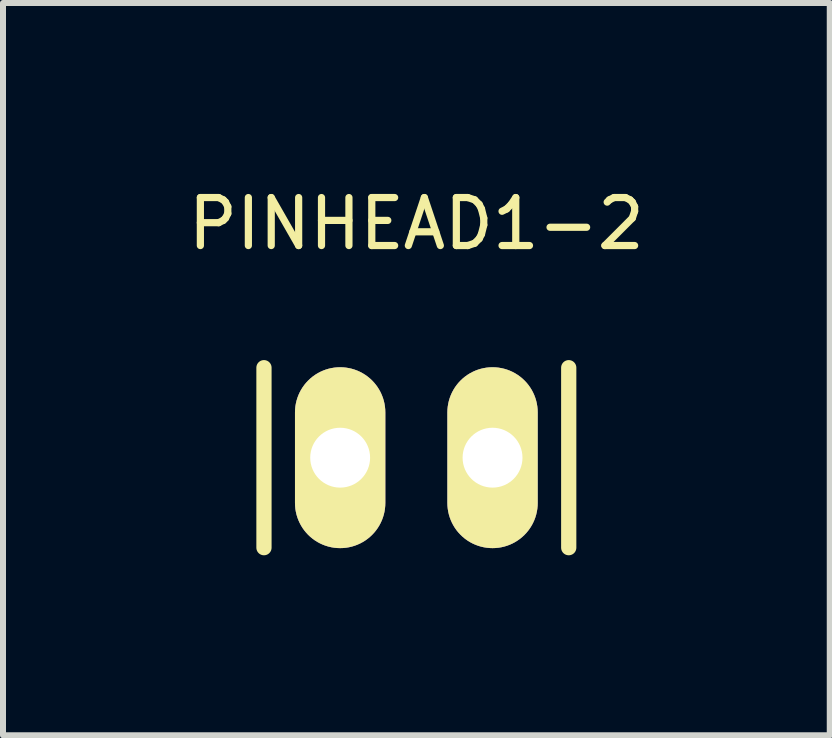
<source format=kicad_pcb>
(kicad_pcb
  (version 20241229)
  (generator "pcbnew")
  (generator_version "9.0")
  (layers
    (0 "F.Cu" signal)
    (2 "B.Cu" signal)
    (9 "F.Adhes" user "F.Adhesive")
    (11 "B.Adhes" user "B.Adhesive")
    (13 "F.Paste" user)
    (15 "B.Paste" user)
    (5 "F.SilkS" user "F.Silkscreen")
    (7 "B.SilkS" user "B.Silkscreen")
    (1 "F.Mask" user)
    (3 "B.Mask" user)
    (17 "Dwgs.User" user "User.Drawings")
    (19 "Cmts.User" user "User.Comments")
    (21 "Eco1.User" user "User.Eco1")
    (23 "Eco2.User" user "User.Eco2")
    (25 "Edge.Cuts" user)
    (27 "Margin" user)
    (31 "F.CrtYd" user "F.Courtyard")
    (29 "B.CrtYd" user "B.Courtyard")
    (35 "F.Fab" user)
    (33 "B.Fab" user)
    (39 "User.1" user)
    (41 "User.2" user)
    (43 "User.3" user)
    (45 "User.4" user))
  (footprint "PINHEAD1-2"
    (placed yes)
    (layer "F.Cu")
    (at 3.89 4.579)
    (property "Reference" "PINHEAD1-2" (at 0 -3.9 0) (layer "F.SilkS") (effects (font (size 0.8 0.8) (thickness 0.12))))
    (attr exclude_from_pos_files exclude_from_bom)
    (fp_line (start -2.54 -1.5) (end -2.54 1.5) (stroke (width 0.254) (type solid)) (layer "F.SilkS"))
    (fp_line (start 2.54 -1.5) (end 2.54 1.5) (stroke (width 0.254) (type solid)) (layer "F.SilkS"))
    (pad "1" thru_hole oval (at -1.27 0) (size 1.506 3.015) (drill 0.998) (layers "*.Cu" "*.Mask" "F.SilkS"))
    (pad "2" thru_hole oval (at 1.27 0) (size 1.506 3.015) (drill 0.998) (layers "*.Cu" "*.Mask" "F.SilkS")))
  (gr_rect
    (start -3 -3)
    (end 10.781 9.206)
    (stroke (width 0.1) (type default))
    (fill no)
    (layer "Edge.Cuts")))
</source>
